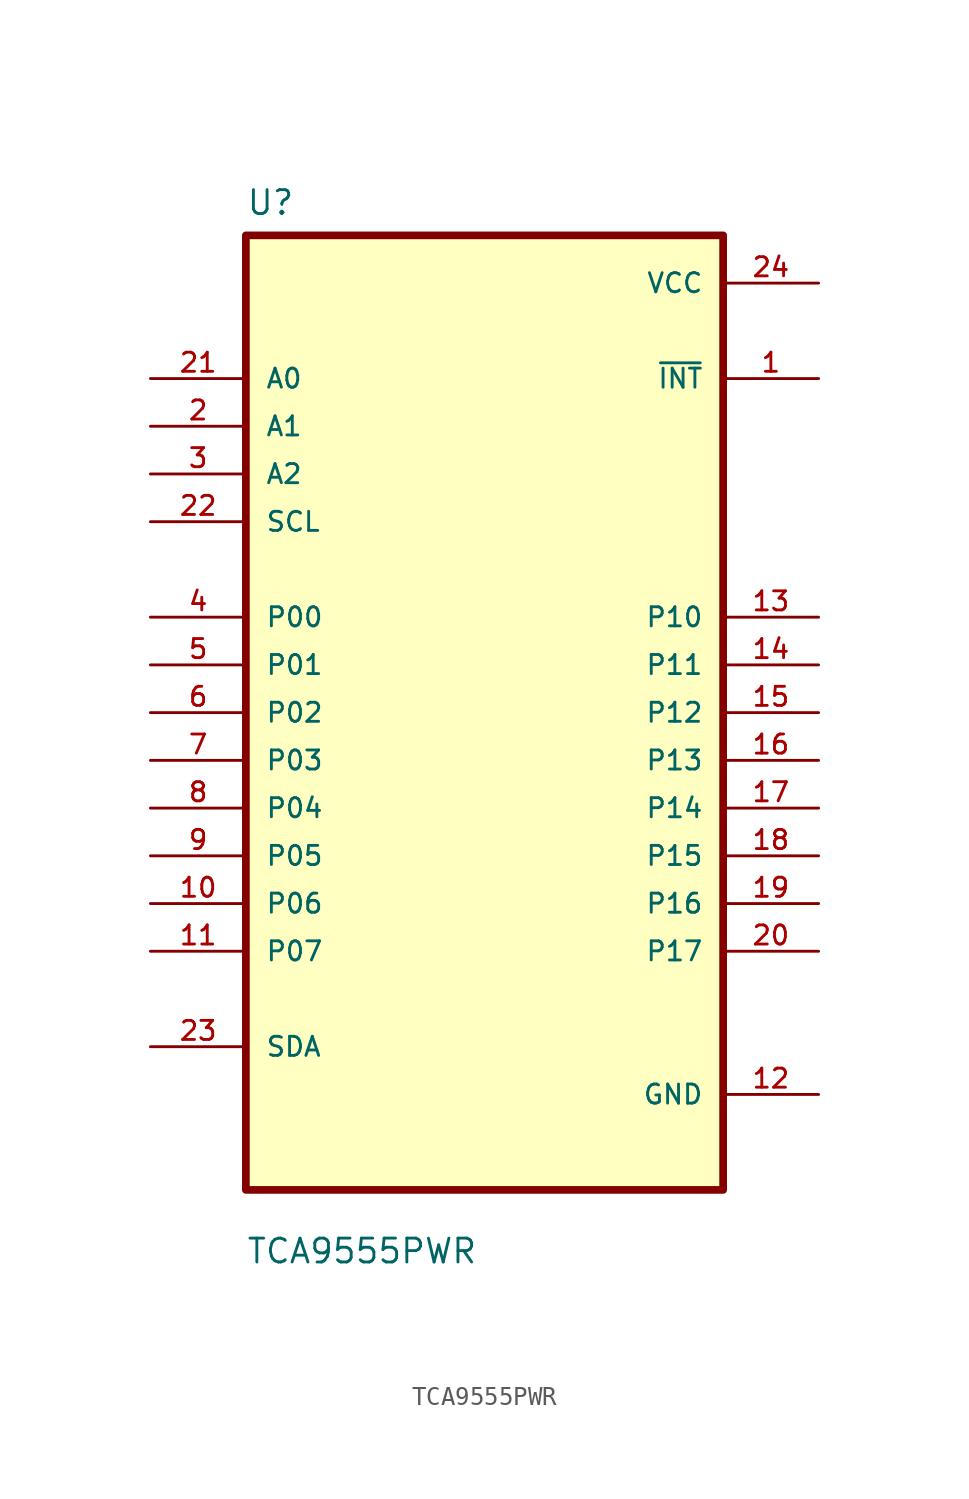
<source format=kicad_sym>
(kicad_symbol_lib
  (version 20231120)
  (generator "kicad_symbol_editor")
  (generator_version "8.0")
  (symbol "TCA9555PWR"
    (pin_names
      (offset 1.016))
    (property "Reference" "U"
      (at -12.7 26.4 0)
      (effects (font (size 1.27 1.27)) (justify left bottom)))
    (property "Value" "TCA9555PWR"
      (at -12.7 -29.4 0)
      (effects (font (size 1.27 1.27)) (justify left bottom)))
    (symbol "TCA9555PWR_0_0"
      (rectangle (start -12.7 -25.4) (end 12.7 25.4) (stroke (width 0.41) (type default)) (fill (type background)))
      (pin output line (at 17.78 17.78 180) (length 5.08) (name "~{INT}" (effects (font (size 1.016 1.016)))) (number "1" (effects (font (size 1.016 1.016)))))
      (pin bidirectional line (at -17.78 -10.16 0) (length 5.08) (name "P06" (effects (font (size 1.016 1.016)))) (number "10" (effects (font (size 1.016 1.016)))))
      (pin bidirectional line (at -17.78 -12.7 0) (length 5.08) (name "P07" (effects (font (size 1.016 1.016)))) (number "11" (effects (font (size 1.016 1.016)))))
      (pin power_in line (at 17.78 -20.32 180) (length 5.08) (name "GND" (effects (font (size 1.016 1.016)))) (number "12" (effects (font (size 1.016 1.016)))))
      (pin bidirectional line (at 17.78 5.08 180) (length 5.08) (name "P10" (effects (font (size 1.016 1.016)))) (number "13" (effects (font (size 1.016 1.016)))))
      (pin bidirectional line (at 17.78 2.54 180) (length 5.08) (name "P11" (effects (font (size 1.016 1.016)))) (number "14" (effects (font (size 1.016 1.016)))))
      (pin bidirectional line (at 17.78 0 180) (length 5.08) (name "P12" (effects (font (size 1.016 1.016)))) (number "15" (effects (font (size 1.016 1.016)))))
      (pin bidirectional line (at 17.78 -2.54 180) (length 5.08) (name "P13" (effects (font (size 1.016 1.016)))) (number "16" (effects (font (size 1.016 1.016)))))
      (pin bidirectional line (at 17.78 -5.08 180) (length 5.08) (name "P14" (effects (font (size 1.016 1.016)))) (number "17" (effects (font (size 1.016 1.016)))))
      (pin bidirectional line (at 17.78 -7.62 180) (length 5.08) (name "P15" (effects (font (size 1.016 1.016)))) (number "18" (effects (font (size 1.016 1.016)))))
      (pin bidirectional line (at 17.78 -10.16 180) (length 5.08) (name "P16" (effects (font (size 1.016 1.016)))) (number "19" (effects (font (size 1.016 1.016)))))
      (pin input line (at -17.78 15.24 0) (length 5.08) (name "A1" (effects (font (size 1.016 1.016)))) (number "2" (effects (font (size 1.016 1.016)))))
      (pin bidirectional line (at 17.78 -12.7 180) (length 5.08) (name "P17" (effects (font (size 1.016 1.016)))) (number "20" (effects (font (size 1.016 1.016)))))
      (pin input line (at -17.78 17.78 0) (length 5.08) (name "A0" (effects (font (size 1.016 1.016)))) (number "21" (effects (font (size 1.016 1.016)))))
      (pin input line (at -17.78 10.16 0) (length 5.08) (name "SCL" (effects (font (size 1.016 1.016)))) (number "22" (effects (font (size 1.016 1.016)))))
      (pin bidirectional line (at -17.78 -17.78 0) (length 5.08) (name "SDA" (effects (font (size 1.016 1.016)))) (number "23" (effects (font (size 1.016 1.016)))))
      (pin power_in line (at 17.78 22.86 180) (length 5.08) (name "VCC" (effects (font (size 1.016 1.016)))) (number "24" (effects (font (size 1.016 1.016)))))
      (pin input line (at -17.78 12.7 0) (length 5.08) (name "A2" (effects (font (size 1.016 1.016)))) (number "3" (effects (font (size 1.016 1.016)))))
      (pin bidirectional line (at -17.78 5.08 0) (length 5.08) (name "P00" (effects (font (size 1.016 1.016)))) (number "4" (effects (font (size 1.016 1.016)))))
      (pin bidirectional line (at -17.78 2.54 0) (length 5.08) (name "P01" (effects (font (size 1.016 1.016)))) (number "5" (effects (font (size 1.016 1.016)))))
      (pin bidirectional line (at -17.78 0 0) (length 5.08) (name "P02" (effects (font (size 1.016 1.016)))) (number "6" (effects (font (size 1.016 1.016)))))
      (pin bidirectional line (at -17.78 -2.54 0) (length 5.08) (name "P03" (effects (font (size 1.016 1.016)))) (number "7" (effects (font (size 1.016 1.016)))))
      (pin bidirectional line (at -17.78 -5.08 0) (length 5.08) (name "P04" (effects (font (size 1.016 1.016)))) (number "8" (effects (font (size 1.016 1.016)))))
      (pin bidirectional line (at -17.78 -7.62 0) (length 5.08) (name "P05" (effects (font (size 1.016 1.016)))) (number "9" (effects (font (size 1.016 1.016))))))))
</source>
